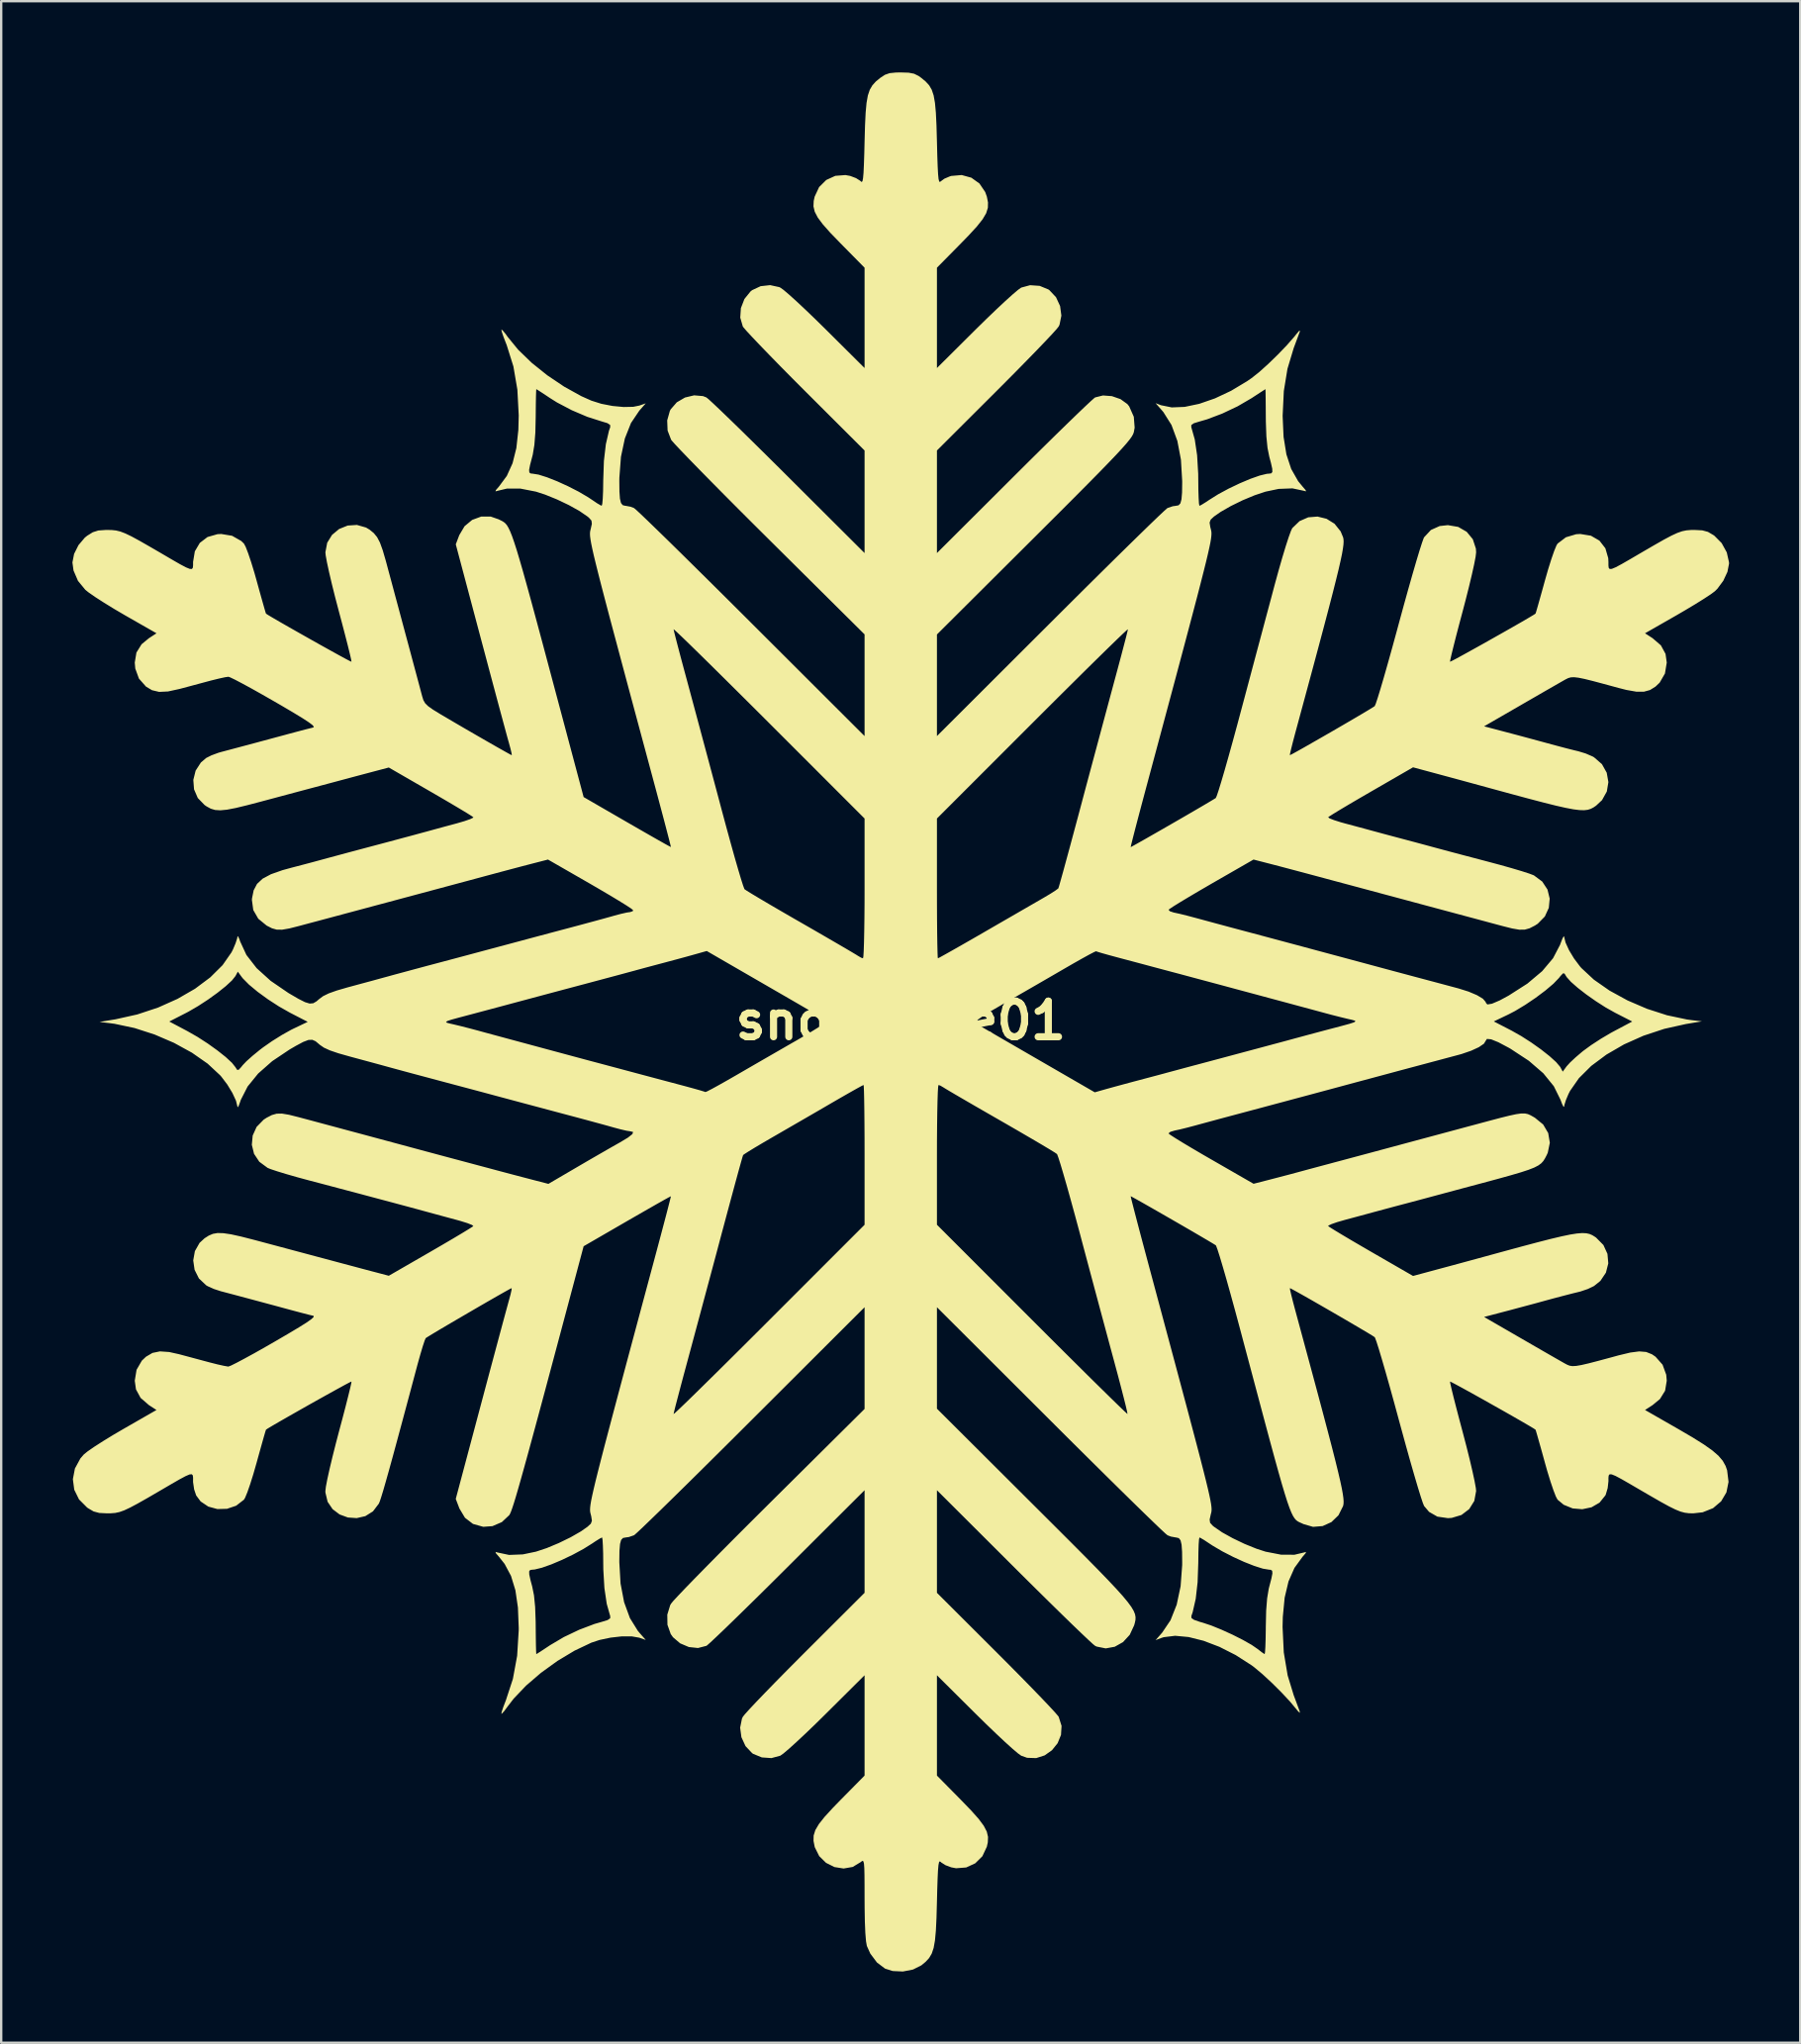
<source format=kicad_pcb>
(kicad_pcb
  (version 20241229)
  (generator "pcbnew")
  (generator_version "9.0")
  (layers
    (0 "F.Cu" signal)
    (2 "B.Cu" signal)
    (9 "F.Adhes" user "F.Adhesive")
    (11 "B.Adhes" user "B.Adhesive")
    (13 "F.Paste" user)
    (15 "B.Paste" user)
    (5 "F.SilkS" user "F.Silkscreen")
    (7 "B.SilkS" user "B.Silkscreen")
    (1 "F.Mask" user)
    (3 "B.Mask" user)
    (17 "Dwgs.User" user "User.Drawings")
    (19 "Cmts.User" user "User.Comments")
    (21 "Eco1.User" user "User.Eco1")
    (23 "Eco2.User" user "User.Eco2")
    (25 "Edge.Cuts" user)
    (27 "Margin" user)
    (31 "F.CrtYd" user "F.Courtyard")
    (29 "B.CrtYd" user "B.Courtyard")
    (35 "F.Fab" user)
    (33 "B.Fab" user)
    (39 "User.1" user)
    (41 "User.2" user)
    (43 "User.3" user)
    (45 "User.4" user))
  (footprint "snowflake01"
    (layer "F.Cu")
    (at 34.883 39.92)
    (property "Reference" "snowflake01" (at 0 0 0) (layer "F.SilkS") (effects (font (size 1.5 1.5) (thickness 0.3))))
    (attr board_only exclude_from_pos_files exclude_from_bom)
    (fp_poly (pts (xy 0.332 -39.91) (xy 0.561 -39.866) (xy 0.75 -39.773) (xy 0.863 -39.692) (xy 1.049 -39.538) (xy 1.195 -39.379) (xy 1.305 -39.191) (xy 1.385 -38.952) (xy 1.441 -38.637) (xy 1.479 -38.223) (xy 1.505 -37.687) (xy 1.524 -37.007) (xy 1.539 -36.406) (xy 1.555 -35.955) (xy 1.572 -35.639) (xy 1.592 -35.437) (xy 1.618 -35.333) (xy 1.65 -35.309) (xy 1.682 -35.334) (xy 1.837 -35.447) (xy 2.073 -35.547) (xy 2.127 -35.563) (xy 2.566 -35.601) (xy 2.972 -35.489) (xy 3.313 -35.245) (xy 3.556 -34.887) (xy 3.626 -34.692) (xy 3.674 -34.448) (xy 3.669 -34.224) (xy 3.598 -33.995) (xy 3.448 -33.74) (xy 3.206 -33.435) (xy 2.86 -33.058) (xy 2.531 -32.72) (xy 1.524 -31.699) (xy 1.524 -29.588) (xy 1.524 -27.476) (xy 3.154 -29.097) (xy 3.599 -29.534) (xy 4.019 -29.937) (xy 4.396 -30.29) (xy 4.71 -30.573) (xy 4.943 -30.77) (xy 5.073 -30.862) (xy 5.446 -30.963) (xy 5.85 -30.935) (xy 6.215 -30.785) (xy 6.258 -30.755) (xy 6.537 -30.459) (xy 6.71 -30.085) (xy 6.764 -29.682) (xy 6.687 -29.301) (xy 6.652 -29.227) (xy 6.567 -29.119) (xy 6.375 -28.906) (xy 6.089 -28.602) (xy 5.723 -28.22) (xy 5.289 -27.775) (xy 4.802 -27.279) (xy 4.274 -26.748) (xy 4.027 -26.501) (xy 1.524 -24.004) (xy 1.524 -21.845) (xy 1.524 -19.686) (xy 4.763 -22.915) (xy 5.379 -23.528) (xy 5.964 -24.107) (xy 6.506 -24.64) (xy 6.993 -25.115) (xy 7.412 -25.521) (xy 7.754 -25.848) (xy 8.004 -26.082) (xy 8.153 -26.214) (xy 8.186 -26.238) (xy 8.516 -26.321) (xy 8.893 -26.292) (xy 9.255 -26.166) (xy 9.542 -25.959) (xy 9.619 -25.863) (xy 9.814 -25.425) (xy 9.85 -24.965) (xy 9.814 -24.77) (xy 9.784 -24.689) (xy 9.727 -24.588) (xy 9.633 -24.458) (xy 9.496 -24.29) (xy 9.306 -24.076) (xy 9.055 -23.805) (xy 8.735 -23.471) (xy 8.338 -23.063) (xy 7.855 -22.573) (xy 7.278 -21.993) (xy 6.599 -21.314) (xy 5.809 -20.526) (xy 5.625 -20.342) (xy 1.524 -16.258) (xy 1.524 -14.12) (xy 1.524 -11.981) (xy 6.287 -16.734) (xy 7.035 -17.48) (xy 7.752 -18.193) (xy 8.428 -18.862) (xy 9.053 -19.479) (xy 9.619 -20.035) (xy 10.115 -20.52) (xy 10.533 -20.926) (xy 10.862 -21.242) (xy 11.094 -21.46) (xy 11.218 -21.57) (xy 11.234 -21.581) (xy 11.451 -21.656) (xy 11.585 -21.675) (xy 11.699 -21.696) (xy 11.776 -21.779) (xy 11.822 -21.949) (xy 11.846 -22.233) (xy 11.852 -22.656) (xy 11.852 -22.719) (xy 11.799 -23.617) (xy 11.648 -24.408) (xy 11.435 -24.987) (xy 12.235 -24.987) (xy 12.382 -24.466) (xy 12.48 -23.805) (xy 12.526 -23.026) (xy 12.529 -22.754) (xy 12.533 -22.349) (xy 12.544 -22.013) (xy 12.558 -21.778) (xy 12.576 -21.677) (xy 12.579 -21.675) (xy 12.67 -21.719) (xy 12.852 -21.832) (xy 12.987 -21.922) (xy 13.366 -22.16) (xy 13.807 -22.398) (xy 14.27 -22.619) (xy 14.717 -22.808) (xy 15.113 -22.948) (xy 15.417 -23.022) (xy 15.507 -23.029) (xy 15.604 -23.042) (xy 15.649 -23.1) (xy 15.644 -23.236) (xy 15.59 -23.48) (xy 15.521 -23.737) (xy 15.445 -24.113) (xy 15.397 -24.598) (xy 15.375 -25.216) (xy 15.373 -25.421) (xy 15.37 -25.843) (xy 15.367 -26.197) (xy 15.363 -26.452) (xy 15.359 -26.577) (xy 15.358 -26.585) (xy 15.289 -26.542) (xy 15.112 -26.428) (xy 14.861 -26.264) (xy 14.773 -26.206) (xy 14.188 -25.865) (xy 13.54 -25.558) (xy 12.901 -25.316) (xy 12.589 -25.226) (xy 12.343 -25.151) (xy 12.236 -25.076) (xy 12.235 -24.987) (xy 11.435 -24.987) (xy 11.4 -25.08) (xy 11.06 -25.62) (xy 11.008 -25.681) (xy 10.732 -25.996) (xy 10.959 -25.91) (xy 11.412 -25.818) (xy 11.957 -25.84) (xy 12.572 -25.969) (xy 13.231 -26.197) (xy 13.909 -26.516) (xy 14.583 -26.92) (xy 14.774 -27.052) (xy 15.093 -27.304) (xy 15.474 -27.647) (xy 15.877 -28.038) (xy 16.258 -28.434) (xy 16.574 -28.795) (xy 16.668 -28.914) (xy 16.781 -29.045) (xy 16.813 -29.04) (xy 16.801 -28.998) (xy 16.74 -28.832) (xy 16.642 -28.568) (xy 16.547 -28.313) (xy 16.285 -27.443) (xy 16.132 -26.507) (xy 16.082 -25.468) (xy 16.082 -25.452) (xy 16.121 -24.579) (xy 16.24 -23.842) (xy 16.443 -23.226) (xy 16.734 -22.714) (xy 16.92 -22.487) (xy 17.05 -22.336) (xy 17.066 -22.283) (xy 16.976 -22.307) (xy 16.495 -22.409) (xy 15.914 -22.387) (xy 15.361 -22.271) (xy 14.904 -22.119) (xy 14.399 -21.909) (xy 13.903 -21.666) (xy 13.47 -21.418) (xy 13.192 -21.224) (xy 13.052 -21.094) (xy 13.006 -20.97) (xy 13.035 -20.781) (xy 13.058 -20.692) (xy 13.072 -20.636) (xy 13.082 -20.575) (xy 13.085 -20.502) (xy 13.08 -20.407) (xy 13.065 -20.281) (xy 13.037 -20.117) (xy 12.993 -19.905) (xy 12.933 -19.638) (xy 12.854 -19.306) (xy 12.753 -18.901) (xy 12.629 -18.415) (xy 12.48 -17.838) (xy 12.302 -17.163) (xy 12.095 -16.38) (xy 11.856 -15.482) (xy 11.583 -14.459) (xy 11.273 -13.304) (xy 10.925 -12.007) (xy 10.536 -10.56) (xy 10.292 -9.652) (xy 10.132 -9.053) (xy 9.988 -8.51) (xy 9.866 -8.044) (xy 9.771 -7.675) (xy 9.708 -7.424) (xy 9.683 -7.311) (xy 9.683 -7.307) (xy 9.756 -7.344) (xy 9.95 -7.452) (xy 10.243 -7.617) (xy 10.609 -7.826) (xy 11.025 -8.064) (xy 11.465 -8.317) (xy 11.907 -8.572) (xy 12.325 -8.815) (xy 12.695 -9.031) (xy 12.993 -9.207) (xy 13.195 -9.328) (xy 13.266 -9.372) (xy 13.308 -9.466) (xy 13.389 -9.707) (xy 13.502 -10.076) (xy 13.643 -10.556) (xy 13.806 -11.13) (xy 13.987 -11.781) (xy 14.18 -12.49) (xy 14.27 -12.827) (xy 14.495 -13.667) (xy 14.731 -14.551) (xy 14.969 -15.443) (xy 15.201 -16.309) (xy 15.416 -17.114) (xy 15.606 -17.822) (xy 15.75 -18.364) (xy 15.912 -18.953) (xy 16.068 -19.497) (xy 16.212 -19.973) (xy 16.336 -20.355) (xy 16.432 -20.619) (xy 16.487 -20.735) (xy 16.795 -21.031) (xy 17.161 -21.191) (xy 17.551 -21.222) (xy 17.931 -21.129) (xy 18.267 -20.92) (xy 18.524 -20.599) (xy 18.628 -20.35) (xy 18.644 -20.273) (xy 18.65 -20.174) (xy 18.643 -20.043) (xy 18.62 -19.869) (xy 18.581 -19.643) (xy 18.52 -19.355) (xy 18.438 -18.995) (xy 18.33 -18.553) (xy 18.195 -18.019) (xy 18.03 -17.383) (xy 17.833 -16.635) (xy 17.601 -15.765) (xy 17.332 -14.764) (xy 17.023 -13.621) (xy 16.672 -12.326) (xy 16.607 -12.086) (xy 16.511 -11.723) (xy 16.437 -11.428) (xy 16.393 -11.236) (xy 16.386 -11.176) (xy 16.47 -11.217) (xy 16.675 -11.329) (xy 16.976 -11.498) (xy 17.349 -11.711) (xy 17.77 -11.952) (xy 18.213 -12.207) (xy 18.654 -12.463) (xy 19.068 -12.705) (xy 19.43 -12.918) (xy 19.716 -13.089) (xy 19.901 -13.203) (xy 19.959 -13.242) (xy 20.003 -13.342) (xy 20.085 -13.589) (xy 20.2 -13.963) (xy 20.343 -14.449) (xy 20.508 -15.027) (xy 20.691 -15.681) (xy 20.886 -16.392) (xy 20.978 -16.732) (xy 21.179 -17.47) (xy 21.372 -18.164) (xy 21.551 -18.794) (xy 21.711 -19.343) (xy 21.846 -19.791) (xy 21.952 -20.121) (xy 22.021 -20.313) (xy 22.039 -20.349) (xy 22.325 -20.657) (xy 22.694 -20.823) (xy 23.04 -20.861) (xy 23.475 -20.787) (xy 23.833 -20.581) (xy 24.09 -20.269) (xy 24.22 -19.875) (xy 24.23 -19.718) (xy 24.209 -19.535) (xy 24.148 -19.216) (xy 24.053 -18.787) (xy 23.931 -18.276) (xy 23.788 -17.709) (xy 23.666 -17.244) (xy 23.514 -16.675) (xy 23.38 -16.162) (xy 23.27 -15.727) (xy 23.188 -15.392) (xy 23.14 -15.179) (xy 23.131 -15.11) (xy 23.207 -15.144) (xy 23.405 -15.248) (xy 23.7 -15.409) (xy 24.069 -15.613) (xy 24.488 -15.846) (xy 24.93 -16.095) (xy 25.373 -16.345) (xy 25.792 -16.583) (xy 26.162 -16.795) (xy 26.458 -16.968) (xy 26.657 -17.087) (xy 26.731 -17.136) (xy 26.759 -17.22) (xy 26.823 -17.44) (xy 26.916 -17.769) (xy 27.031 -18.18) (xy 27.129 -18.535) (xy 27.264 -19.005) (xy 27.397 -19.428) (xy 27.516 -19.771) (xy 27.612 -20.004) (xy 27.66 -20.084) (xy 28.012 -20.351) (xy 28.448 -20.48) (xy 28.617 -20.489) (xy 29.065 -20.416) (xy 29.423 -20.209) (xy 29.673 -19.887) (xy 29.794 -19.471) (xy 29.802 -19.316) (xy 29.802 -19.168) (xy 29.813 -19.066) (xy 29.855 -19.015) (xy 29.947 -19.021) (xy 30.11 -19.089) (xy 30.362 -19.224) (xy 30.724 -19.432) (xy 31.183 -19.701) (xy 31.72 -20.013) (xy 32.135 -20.249) (xy 32.455 -20.419) (xy 32.704 -20.534) (xy 32.907 -20.605) (xy 33.089 -20.642) (xy 33.275 -20.657) (xy 33.427 -20.659) (xy 33.753 -20.642) (xy 33.992 -20.578) (xy 34.224 -20.442) (xy 34.265 -20.413) (xy 34.57 -20.105) (xy 34.786 -19.713) (xy 34.879 -19.3) (xy 34.881 -19.239) (xy 34.813 -18.893) (xy 34.639 -18.519) (xy 34.39 -18.183) (xy 34.281 -18.076) (xy 34.112 -17.95) (xy 33.826 -17.762) (xy 33.454 -17.53) (xy 33.026 -17.274) (xy 32.667 -17.065) (xy 31.343 -16.308) (xy 31.662 -16.101) (xy 32.012 -15.799) (xy 32.207 -15.44) (xy 32.258 -15.075) (xy 32.182 -14.615) (xy 31.96 -14.231) (xy 31.785 -14.064) (xy 31.552 -13.919) (xy 31.293 -13.848) (xy 30.974 -13.85) (xy 30.559 -13.923) (xy 30.225 -14.008) (xy 29.615 -14.174) (xy 29.146 -14.299) (xy 28.795 -14.386) (xy 28.539 -14.438) (xy 28.355 -14.459) (xy 28.219 -14.453) (xy 28.111 -14.423) (xy 28.005 -14.371) (xy 27.952 -14.342) (xy 27.786 -14.247) (xy 27.5 -14.083) (xy 27.123 -13.867) (xy 26.682 -13.612) (xy 26.204 -13.337) (xy 26.105 -13.279) (xy 24.566 -12.391) (xy 25.427 -12.164) (xy 25.901 -12.039) (xy 26.449 -11.892) (xy 26.985 -11.747) (xy 27.22 -11.683) (xy 27.639 -11.57) (xy 28.04 -11.464) (xy 28.37 -11.381) (xy 28.537 -11.341) (xy 28.843 -11.248) (xy 29.131 -11.124) (xy 29.194 -11.089) (xy 29.528 -10.799) (xy 29.73 -10.438) (xy 29.8 -10.042) (xy 29.734 -9.646) (xy 29.532 -9.284) (xy 29.283 -9.051) (xy 29.171 -8.975) (xy 29.059 -8.917) (xy 28.932 -8.877) (xy 28.777 -8.859) (xy 28.58 -8.865) (xy 28.324 -8.897) (xy 27.998 -8.959) (xy 27.586 -9.052) (xy 27.074 -9.18) (xy 26.448 -9.344) (xy 25.694 -9.547) (xy 24.798 -9.791) (xy 24.342 -9.916) (xy 24.023 -10.003) (xy 23.597 -10.119) (xy 23.121 -10.248) (xy 22.661 -10.372) (xy 21.574 -10.665) (xy 19.805 -9.644) (xy 19.31 -9.357) (xy 18.865 -9.096) (xy 18.492 -8.874) (xy 18.21 -8.702) (xy 18.04 -8.594) (xy 17.999 -8.563) (xy 18.058 -8.516) (xy 18.247 -8.442) (xy 18.531 -8.352) (xy 18.696 -8.306) (xy 19.115 -8.194) (xy 19.554 -8.076) (xy 19.928 -7.974) (xy 19.981 -7.96) (xy 20.338 -7.863) (xy 20.773 -7.747) (xy 21.198 -7.634) (xy 21.251 -7.62) (xy 21.669 -7.509) (xy 22.107 -7.391) (xy 22.48 -7.29) (xy 22.521 -7.279) (xy 22.778 -7.21) (xy 23.162 -7.107) (xy 23.637 -6.981) (xy 24.166 -6.842) (xy 24.712 -6.698) (xy 24.723 -6.695) (xy 25.247 -6.555) (xy 25.733 -6.418) (xy 26.149 -6.294) (xy 26.466 -6.192) (xy 26.652 -6.121) (xy 26.663 -6.116) (xy 27.014 -5.856) (xy 27.236 -5.518) (xy 27.328 -5.138) (xy 27.291 -4.749) (xy 27.124 -4.385) (xy 26.825 -4.08) (xy 26.704 -4.002) (xy 26.481 -3.888) (xy 26.278 -3.831) (xy 26.048 -3.829) (xy 25.746 -3.881) (xy 25.356 -3.979) (xy 24.934 -4.092) (xy 24.458 -4.22) (xy 24.067 -4.325) (xy 23.696 -4.424) (xy 23.19 -4.56) (xy 22.577 -4.724) (xy 21.884 -4.91) (xy 21.138 -5.111) (xy 20.367 -5.317) (xy 19.598 -5.524) (xy 18.86 -5.722) (xy 18.18 -5.904) (xy 17.585 -6.064) (xy 17.103 -6.193) (xy 16.806 -6.272) (xy 16.415 -6.376) (xy 15.958 -6.497) (xy 15.535 -6.607) (xy 15.535 -6.607) (xy 14.856 -6.782) (xy 13.079 -5.761) (xy 12.584 -5.473) (xy 12.14 -5.211) (xy 11.767 -4.987) (xy 11.486 -4.813) (xy 11.318 -4.701) (xy 11.279 -4.667) (xy 11.335 -4.605) (xy 11.504 -4.549) (xy 11.533 -4.544) (xy 11.757 -4.495) (xy 12.075 -4.416) (xy 12.404 -4.329) (xy 12.758 -4.233) (xy 13.201 -4.113) (xy 13.659 -3.99) (xy 13.843 -3.94) (xy 14.575 -3.745) (xy 15.179 -3.584) (xy 15.688 -3.448) (xy 16.139 -3.327) (xy 16.565 -3.213) (xy 17.002 -3.096) (xy 17.484 -2.966) (xy 18.046 -2.815) (xy 18.724 -2.633) (xy 18.754 -2.625) (xy 19.546 -2.412) (xy 20.202 -2.235) (xy 20.752 -2.087) (xy 21.224 -1.961) (xy 21.645 -1.848) (xy 22.044 -1.742) (xy 22.204 -1.699) (xy 22.61 -1.591) (xy 23.076 -1.466) (xy 23.488 -1.356) (xy 23.914 -1.222) (xy 24.265 -1.073) (xy 24.514 -0.924) (xy 24.632 -0.788) (xy 24.638 -0.756) (xy 24.703 -0.681) (xy 24.898 -0.713) (xy 25.222 -0.851) (xy 25.6 -1.055) (xy 26.389 -1.56) (xy 27.012 -2.084) (xy 27.47 -2.628) (xy 27.765 -3.193) (xy 27.783 -3.244) (xy 27.864 -3.455) (xy 27.92 -3.554) (xy 27.937 -3.534) (xy 27.995 -3.289) (xy 28.142 -2.967) (xy 28.354 -2.616) (xy 28.604 -2.283) (xy 28.664 -2.214) (xy 29.19 -1.725) (xy 29.849 -1.265) (xy 30.606 -0.851) (xy 31.425 -0.499) (xy 32.271 -0.226) (xy 33.108 -0.049) (xy 33.295 -0.023) (xy 33.74 0.03) (xy 33.062 0.143) (xy 32.151 0.346) (xy 31.275 0.636) (xy 30.457 1.001) (xy 29.718 1.429) (xy 29.078 1.906) (xy 28.56 2.421) (xy 28.185 2.959) (xy 28.12 3.087) (xy 28.013 3.341) (xy 27.947 3.552) (xy 27.937 3.619) (xy 27.912 3.63) (xy 27.85 3.508) (xy 27.783 3.329) (xy 27.502 2.761) (xy 27.059 2.216) (xy 26.451 1.691) (xy 25.677 1.183) (xy 25.6 1.139) (xy 25.168 0.91) (xy 24.862 0.786) (xy 24.686 0.77) (xy 24.638 0.841) (xy 24.56 0.97) (xy 24.345 1.117) (xy 24.022 1.266) (xy 23.621 1.404) (xy 23.509 1.435) (xy 23.079 1.55) (xy 22.601 1.678) (xy 22.225 1.778) (xy 21.818 1.887) (xy 21.405 1.997) (xy 20.956 2.117) (xy 20.444 2.255) (xy 19.838 2.418) (xy 19.11 2.613) (xy 18.754 2.709) (xy 18.206 2.857) (xy 17.666 3.002) (xy 17.175 3.134) (xy 16.771 3.242) (xy 16.51 3.312) (xy 16.276 3.375) (xy 16.052 3.435) (xy 15.812 3.499) (xy 15.528 3.575) (xy 15.174 3.67) (xy 14.723 3.79) (xy 14.147 3.944) (xy 13.843 4.025) (xy 13.402 4.143) (xy 12.944 4.267) (xy 12.542 4.376) (xy 12.404 4.414) (xy 12.063 4.504) (xy 11.748 4.582) (xy 11.533 4.628) (xy 11.352 4.682) (xy 11.278 4.744) (xy 11.279 4.752) (xy 11.356 4.812) (xy 11.56 4.944) (xy 11.87 5.135) (xy 12.267 5.372) (xy 12.729 5.643) (xy 13.081 5.846) (xy 14.858 6.868) (xy 15.536 6.694) (xy 15.959 6.584) (xy 16.416 6.464) (xy 16.806 6.359) (xy 17.16 6.263) (xy 17.604 6.144) (xy 18.061 6.022) (xy 18.246 5.972) (xy 18.626 5.871) (xy 18.983 5.775) (xy 19.345 5.678) (xy 19.741 5.572) (xy 20.198 5.449) (xy 20.745 5.302) (xy 21.41 5.123) (xy 21.886 4.995) (xy 22.43 4.849) (xy 22.962 4.706) (xy 23.443 4.577) (xy 23.835 4.471) (xy 24.088 4.404) (xy 24.735 4.23) (xy 25.241 4.096) (xy 25.627 4) (xy 25.915 3.938) (xy 26.126 3.908) (xy 26.284 3.908) (xy 26.409 3.934) (xy 26.525 3.985) (xy 26.652 4.057) (xy 26.704 4.087) (xy 27.053 4.372) (xy 27.266 4.734) (xy 27.334 5.141) (xy 27.247 5.562) (xy 27.199 5.667) (xy 27.13 5.799) (xy 27.06 5.91) (xy 26.972 6.007) (xy 26.849 6.097) (xy 26.677 6.186) (xy 26.437 6.28) (xy 26.114 6.386) (xy 25.691 6.51) (xy 25.152 6.66) (xy 24.481 6.841) (xy 23.749 7.036) (xy 23.336 7.147) (xy 22.899 7.264) (xy 22.529 7.364) (xy 22.521 7.366) (xy 22.164 7.462) (xy 21.73 7.578) (xy 21.305 7.691) (xy 21.251 7.705) (xy 20.834 7.815) (xy 20.395 7.933) (xy 20.023 8.033) (xy 19.981 8.044) (xy 19.628 8.14) (xy 19.195 8.257) (xy 18.766 8.372) (xy 18.696 8.391) (xy 18.377 8.483) (xy 18.137 8.567) (xy 18.009 8.629) (xy 17.999 8.648) (xy 18.08 8.705) (xy 18.287 8.834) (xy 18.6 9.023) (xy 18.998 9.259) (xy 19.461 9.529) (xy 19.805 9.729) (xy 21.574 10.749) (xy 22.661 10.456) (xy 23.134 10.329) (xy 23.61 10.2) (xy 24.033 10.085) (xy 24.342 10.001) (xy 25.307 9.737) (xy 26.124 9.515) (xy 26.806 9.334) (xy 27.368 9.19) (xy 27.823 9.082) (xy 28.187 9.006) (xy 28.472 8.961) (xy 28.694 8.943) (xy 28.867 8.951) (xy 29.004 8.981) (xy 29.121 9.031) (xy 29.231 9.099) (xy 29.283 9.135) (xy 29.591 9.447) (xy 29.761 9.819) (xy 29.796 10.219) (xy 29.696 10.61) (xy 29.463 10.957) (xy 29.194 11.173) (xy 28.934 11.298) (xy 28.621 11.404) (xy 28.537 11.425) (xy 28.294 11.484) (xy 27.941 11.575) (xy 27.531 11.683) (xy 27.22 11.767) (xy 26.724 11.903) (xy 26.17 12.051) (xy 25.649 12.191) (xy 25.427 12.249) (xy 24.566 12.475) (xy 26.105 13.364) (xy 26.586 13.642) (xy 27.037 13.902) (xy 27.43 14.128) (xy 27.736 14.303) (xy 27.929 14.413) (xy 27.952 14.426) (xy 28.064 14.486) (xy 28.168 14.527) (xy 28.288 14.545) (xy 28.448 14.536) (xy 28.668 14.498) (xy 28.974 14.427) (xy 29.387 14.32) (xy 29.929 14.174) (xy 30.225 14.093) (xy 30.72 13.974) (xy 31.097 13.925) (xy 31.391 13.949) (xy 31.636 14.047) (xy 31.785 14.149) (xy 32.082 14.485) (xy 32.236 14.907) (xy 32.258 15.159) (xy 32.188 15.581) (xy 31.971 15.931) (xy 31.662 16.186) (xy 31.344 16.392) (xy 32.741 17.192) (xy 33.347 17.546) (xy 33.819 17.842) (xy 34.176 18.094) (xy 34.435 18.318) (xy 34.615 18.53) (xy 34.735 18.745) (xy 34.8 18.93) (xy 34.86 19.419) (xy 34.77 19.862) (xy 34.547 20.238) (xy 34.208 20.525) (xy 33.772 20.699) (xy 33.377 20.743) (xy 33.19 20.739) (xy 33.018 20.717) (xy 32.836 20.669) (xy 32.622 20.582) (xy 32.35 20.448) (xy 31.997 20.254) (xy 31.538 19.99) (xy 31.185 19.785) (xy 30.702 19.503) (xy 30.347 19.299) (xy 30.1 19.168) (xy 29.941 19.103) (xy 29.852 19.099) (xy 29.812 19.151) (xy 29.802 19.252) (xy 29.803 19.384) (xy 29.77 19.68) (xy 29.689 19.953) (xy 29.672 19.989) (xy 29.427 20.293) (xy 29.09 20.488) (xy 28.7 20.57) (xy 28.296 20.536) (xy 27.918 20.382) (xy 27.66 20.168) (xy 27.587 20.032) (xy 27.483 19.763) (xy 27.358 19.393) (xy 27.223 18.953) (xy 27.129 18.619) (xy 27.003 18.163) (xy 26.892 17.769) (xy 26.805 17.463) (xy 26.749 17.272) (xy 26.731 17.221) (xy 26.64 17.161) (xy 26.43 17.036) (xy 26.124 16.858) (xy 25.748 16.642) (xy 25.325 16.402) (xy 24.881 16.152) (xy 24.44 15.904) (xy 24.026 15.673) (xy 23.664 15.474) (xy 23.377 15.318) (xy 23.192 15.221) (xy 23.131 15.194) (xy 23.144 15.281) (xy 23.196 15.509) (xy 23.281 15.857) (xy 23.395 16.302) (xy 23.531 16.822) (xy 23.666 17.328) (xy 23.821 17.92) (xy 23.96 18.477) (xy 24.076 18.973) (xy 24.164 19.38) (xy 24.217 19.672) (xy 24.23 19.803) (xy 24.153 20.221) (xy 23.938 20.565) (xy 23.613 20.812) (xy 23.203 20.935) (xy 23.04 20.945) (xy 22.597 20.881) (xy 22.249 20.681) (xy 22.039 20.434) (xy 21.986 20.305) (xy 21.895 20.032) (xy 21.772 19.632) (xy 21.622 19.124) (xy 21.45 18.526) (xy 21.263 17.857) (xy 21.065 17.136) (xy 20.978 16.817) (xy 20.779 16.085) (xy 20.59 15.403) (xy 20.416 14.788) (xy 20.262 14.258) (xy 20.134 13.83) (xy 20.036 13.523) (xy 19.974 13.354) (xy 19.959 13.327) (xy 19.866 13.265) (xy 19.654 13.136) (xy 19.346 12.954) (xy 18.969 12.732) (xy 18.546 12.485) (xy 18.102 12.228) (xy 17.663 11.975) (xy 17.252 11.739) (xy 16.894 11.536) (xy 16.614 11.38) (xy 16.437 11.284) (xy 16.386 11.261) (xy 16.396 11.337) (xy 16.444 11.543) (xy 16.521 11.848) (xy 16.607 12.171) (xy 16.965 13.493) (xy 17.281 14.661) (xy 17.557 15.686) (xy 17.795 16.578) (xy 17.998 17.346) (xy 18.169 18.001) (xy 18.309 18.552) (xy 18.421 19.009) (xy 18.508 19.383) (xy 18.572 19.683) (xy 18.615 19.919) (xy 18.64 20.101) (xy 18.65 20.239) (xy 18.646 20.343) (xy 18.631 20.423) (xy 18.628 20.435) (xy 18.433 20.825) (xy 18.135 21.112) (xy 17.766 21.279) (xy 17.363 21.312) (xy 16.964 21.197) (xy 16.873 21.155) (xy 16.793 21.12) (xy 16.721 21.082) (xy 16.653 21.032) (xy 16.588 20.959) (xy 16.52 20.854) (xy 16.448 20.707) (xy 16.368 20.508) (xy 16.277 20.249) (xy 16.172 19.917) (xy 16.049 19.506) (xy 15.906 19.003) (xy 15.739 18.4) (xy 15.545 17.687) (xy 15.321 16.853) (xy 15.064 15.89) (xy 14.77 14.788) (xy 14.436 13.537) (xy 14.27 12.912) (xy 14.073 12.182) (xy 13.886 11.502) (xy 13.715 10.891) (xy 13.563 10.366) (xy 13.437 9.944) (xy 13.341 9.643) (xy 13.281 9.481) (xy 13.266 9.457) (xy 13.141 9.38) (xy 12.904 9.239) (xy 12.579 9.048) (xy 12.19 8.821) (xy 11.762 8.573) (xy 11.318 8.317) (xy 10.883 8.067) (xy 10.481 7.837) (xy 10.136 7.641) (xy 9.873 7.494) (xy 9.716 7.408) (xy 9.682 7.392) (xy 9.7 7.475) (xy 9.757 7.702) (xy 9.848 8.057) (xy 9.969 8.52) (xy 10.115 9.073) (xy 10.282 9.699) (xy 10.462 10.372) (xy 10.862 11.86) (xy 11.22 13.194) (xy 11.539 14.382) (xy 11.82 15.432) (xy 12.067 16.355) (xy 12.28 17.158) (xy 12.463 17.851) (xy 12.617 18.442) (xy 12.745 18.94) (xy 12.849 19.354) (xy 12.931 19.693) (xy 12.993 19.965) (xy 13.038 20.18) (xy 13.068 20.346) (xy 13.084 20.473) (xy 13.09 20.568) (xy 13.087 20.641) (xy 13.078 20.701) (xy 13.064 20.756) (xy 13.058 20.776) (xy 13.008 21.003) (xy 13.027 21.141) (xy 13.135 21.261) (xy 13.192 21.308) (xy 13.53 21.541) (xy 13.977 21.789) (xy 14.478 22.029) (xy 14.979 22.232) (xy 15.361 22.356) (xy 16.015 22.483) (xy 16.58 22.486) (xy 16.976 22.392) (xy 17.066 22.368) (xy 17.049 22.422) (xy 16.92 22.572) (xy 16.579 23.041) (xy 16.329 23.609) (xy 16.167 24.292) (xy 16.089 25.104) (xy 16.079 25.527) (xy 16.13 26.597) (xy 16.293 27.566) (xy 16.547 28.397) (xy 16.658 28.694) (xy 16.752 28.948) (xy 16.801 29.083) (xy 16.805 29.144) (xy 16.724 29.068) (xy 16.668 28.998) (xy 16.39 28.665) (xy 16.029 28.279) (xy 15.629 27.881) (xy 15.234 27.515) (xy 14.885 27.223) (xy 14.774 27.14) (xy 14.104 26.71) (xy 13.422 26.364) (xy 12.754 26.109) (xy 12.124 25.951) (xy 11.556 25.898) (xy 11.074 25.957) (xy 10.959 25.995) (xy 10.732 26.081) (xy 11.008 25.766) (xy 11.36 25.244) (xy 11.43 25.068) (xy 12.237 25.068) (xy 12.243 25.152) (xy 12.352 25.227) (xy 12.59 25.31) (xy 12.718 25.346) (xy 13.079 25.466) (xy 13.512 25.642) (xy 13.971 25.851) (xy 14.408 26.072) (xy 14.777 26.281) (xy 15.028 26.454) (xy 15.201 26.589) (xy 15.312 26.663) (xy 15.325 26.667) (xy 15.34 26.589) (xy 15.354 26.371) (xy 15.365 26.045) (xy 15.372 25.642) (xy 15.373 25.506) (xy 15.388 24.844) (xy 15.429 24.324) (xy 15.496 23.92) (xy 15.521 23.821) (xy 15.61 23.481) (xy 15.651 23.271) (xy 15.641 23.161) (xy 15.581 23.12) (xy 15.507 23.114) (xy 15.251 23.072) (xy 14.888 22.957) (xy 14.458 22.787) (xy 13.996 22.576) (xy 13.542 22.343) (xy 13.133 22.103) (xy 12.987 22.007) (xy 12.774 21.866) (xy 12.622 21.777) (xy 12.579 21.759) (xy 12.561 21.839) (xy 12.545 22.056) (xy 12.535 22.378) (xy 12.53 22.775) (xy 12.529 22.839) (xy 12.501 23.643) (xy 12.422 24.34) (xy 12.293 24.905) (xy 12.237 25.068) (xy 11.43 25.068) (xy 11.62 24.589) (xy 11.785 23.813) (xy 11.851 22.928) (xy 11.852 22.803) (xy 11.847 22.361) (xy 11.826 22.062) (xy 11.783 21.88) (xy 11.71 21.787) (xy 11.601 21.76) (xy 11.585 21.759) (xy 11.376 21.721) (xy 11.234 21.666) (xy 11.146 21.593) (xy 10.948 21.409) (xy 10.65 21.123) (xy 10.26 20.746) (xy 9.788 20.285) (xy 9.244 19.751) (xy 8.637 19.153) (xy 7.976 18.499) (xy 7.271 17.8) (xy 6.532 17.064) (xy 6.287 16.819) (xy 1.524 12.066) (xy 1.524 14.201) (xy 1.524 16.337) (xy 5.624 20.424) (xy 6.454 21.252) (xy 7.172 21.969) (xy 7.786 22.586) (xy 8.303 23.111) (xy 8.731 23.553) (xy 9.078 23.922) (xy 9.351 24.226) (xy 9.559 24.477) (xy 9.709 24.681) (xy 9.809 24.85) (xy 9.866 24.991) (xy 9.888 25.115) (xy 9.884 25.23) (xy 9.86 25.346) (xy 9.829 25.457) (xy 9.643 25.857) (xy 9.36 26.164) (xy 9.012 26.36) (xy 8.632 26.429) (xy 8.252 26.353) (xy 8.186 26.322) (xy 8.092 26.246) (xy 7.891 26.061) (xy 7.593 25.779) (xy 7.211 25.412) (xy 6.756 24.969) (xy 6.241 24.464) (xy 5.676 23.907) (xy 5.073 23.309) (xy 4.763 23) (xy 1.524 19.77) (xy 1.524 21.93) (xy 1.524 24.089) (xy 4.027 26.586) (xy 4.569 27.129) (xy 5.076 27.642) (xy 5.535 28.111) (xy 5.933 28.523) (xy 6.257 28.864) (xy 6.493 29.12) (xy 6.628 29.277) (xy 6.652 29.312) (xy 6.772 29.693) (xy 6.748 30.071) (xy 6.606 30.42) (xy 6.368 30.716) (xy 6.059 30.934) (xy 5.702 31.048) (xy 5.322 31.035) (xy 5.073 30.947) (xy 4.936 30.849) (xy 4.7 30.649) (xy 4.383 30.363) (xy 4.005 30.008) (xy 3.583 29.603) (xy 3.154 29.181) (xy 1.524 27.561) (xy 1.524 29.672) (xy 1.524 31.784) (xy 2.531 32.804) (xy 2.962 33.25) (xy 3.279 33.606) (xy 3.495 33.896) (xy 3.623 34.142) (xy 3.676 34.367) (xy 3.666 34.594) (xy 3.626 34.777) (xy 3.438 35.179) (xy 3.137 35.477) (xy 2.757 35.652) (xy 2.329 35.685) (xy 2.127 35.647) (xy 1.884 35.556) (xy 1.705 35.442) (xy 1.682 35.419) (xy 1.643 35.393) (xy 1.612 35.432) (xy 1.588 35.554) (xy 1.568 35.778) (xy 1.552 36.12) (xy 1.536 36.599) (xy 1.524 37.092) (xy 1.505 37.774) (xy 1.479 38.31) (xy 1.441 38.723) (xy 1.385 39.038) (xy 1.305 39.277) (xy 1.195 39.464) (xy 1.05 39.622) (xy 0.869 39.772) (xy 0.516 39.949) (xy 0.09 40.032) (xy -0.341 40.012) (xy -0.662 39.91) (xy -1.002 39.653) (xy -1.282 39.279) (xy -1.428 38.955) (xy -1.463 38.757) (xy -1.492 38.41) (xy -1.512 37.933) (xy -1.522 37.344) (xy -1.524 36.974) (xy -1.525 36.4) (xy -1.528 35.975) (xy -1.535 35.68) (xy -1.549 35.494) (xy -1.572 35.398) (xy -1.605 35.372) (xy -1.651 35.396) (xy -1.683 35.424) (xy -2.024 35.63) (xy -2.406 35.696) (xy -2.791 35.635) (xy -3.146 35.458) (xy -3.433 35.176) (xy -3.619 34.803) (xy -3.626 34.777) (xy -3.674 34.533) (xy -3.669 34.309) (xy -3.598 34.08) (xy -3.448 33.825) (xy -3.206 33.52) (xy -2.86 33.143) (xy -2.531 32.804) (xy -1.524 31.784) (xy -1.524 29.672) (xy -1.524 27.561) (xy -3.154 29.181) (xy -3.599 29.619) (xy -4.019 30.022) (xy -4.396 30.374) (xy -4.71 30.658) (xy -4.943 30.855) (xy -5.073 30.947) (xy -5.446 31.047) (xy -5.85 31.019) (xy -6.215 30.869) (xy -6.258 30.84) (xy -6.537 30.544) (xy -6.71 30.169) (xy -6.764 29.766) (xy -6.687 29.385) (xy -6.652 29.312) (xy -6.567 29.204) (xy -6.375 28.991) (xy -6.089 28.686) (xy -5.723 28.305) (xy -5.289 27.859) (xy -4.802 27.364) (xy -4.274 26.833) (xy -4.027 26.586) (xy -1.524 24.089) (xy -1.524 21.93) (xy -1.524 19.77) (xy -4.763 23) (xy -5.379 23.613) (xy -5.964 24.192) (xy -6.506 24.724) (xy -6.993 25.2) (xy -7.412 25.606) (xy -7.754 25.932) (xy -8.004 26.167) (xy -8.153 26.299) (xy -8.186 26.322) (xy -8.539 26.413) (xy -8.924 26.372) (xy -9.292 26.215) (xy -9.592 25.959) (xy -9.687 25.824) (xy -9.825 25.435) (xy -9.832 25.008) (xy -9.709 24.608) (xy -9.671 24.542) (xy -9.581 24.433) (xy -9.381 24.217) (xy -9.082 23.903) (xy -8.693 23.502) (xy -8.226 23.026) (xy -7.691 22.484) (xy -7.099 21.888) (xy -6.46 21.248) (xy -5.784 20.575) (xy -5.508 20.3) (xy -1.524 16.348) (xy -1.524 14.207) (xy -1.524 12.066) (xy -6.287 16.819) (xy -7.035 17.565) (xy -7.752 18.277) (xy -8.428 18.947) (xy -9.053 19.564) (xy -9.619 20.12) (xy -10.115 20.605) (xy -10.533 21.01) (xy -10.862 21.327) (xy -11.094 21.545) (xy -11.218 21.655) (xy -11.234 21.666) (xy -11.451 21.741) (xy -11.585 21.759) (xy -11.699 21.781) (xy -11.776 21.864) (xy -11.822 22.034) (xy -11.846 22.318) (xy -11.852 22.741) (xy -11.852 22.803) (xy -11.8 23.697) (xy -11.65 24.485) (xy -11.405 25.154) (xy -11.07 25.693) (xy -11.012 25.762) (xy -10.739 26.073) (xy -11.009 25.979) (xy -11.328 25.923) (xy -11.75 25.923) (xy -12.22 25.976) (xy -12.685 26.074) (xy -13.027 26.187) (xy -13.739 26.525) (xy -14.46 26.958) (xy -15.153 27.459) (xy -15.779 27.997) (xy -16.301 28.545) (xy -16.551 28.869) (xy -16.693 29.061) (xy -16.793 29.171) (xy -16.819 29.183) (xy -16.804 29.097) (xy -16.738 28.896) (xy -16.634 28.626) (xy -16.63 28.616) (xy -16.334 27.714) (xy -16.155 26.742) (xy -16.089 25.672) (xy -16.088 25.566) (xy -16.122 24.706) (xy -16.228 23.983) (xy -16.413 23.378) (xy -16.516 23.185) (xy -15.649 23.185) (xy -15.644 23.321) (xy -15.59 23.565) (xy -15.521 23.821) (xy -15.445 24.198) (xy -15.397 24.682) (xy -15.375 25.301) (xy -15.373 25.506) (xy -15.369 25.928) (xy -15.364 26.281) (xy -15.357 26.536) (xy -15.35 26.662) (xy -15.348 26.67) (xy -15.274 26.626) (xy -15.094 26.51) (xy -14.844 26.345) (xy -14.766 26.293) (xy -14.191 25.953) (xy -13.543 25.644) (xy -12.899 25.4) (xy -12.589 25.311) (xy -12.343 25.235) (xy -12.236 25.16) (xy -12.235 25.071) (xy -12.382 24.551) (xy -12.48 23.89) (xy -12.526 23.111) (xy -12.529 22.839) (xy -12.533 22.434) (xy -12.544 22.098) (xy -12.558 21.863) (xy -12.576 21.761) (xy -12.579 21.759) (xy -12.67 21.803) (xy -12.852 21.916) (xy -12.987 22.007) (xy -13.366 22.244) (xy -13.807 22.482) (xy -14.27 22.704) (xy -14.717 22.893) (xy -15.113 23.033) (xy -15.417 23.107) (xy -15.507 23.114) (xy -15.604 23.127) (xy -15.649 23.185) (xy -16.516 23.185) (xy -16.682 22.873) (xy -16.92 22.572) (xy -17.05 22.421) (xy -17.066 22.368) (xy -16.976 22.392) (xy -16.495 22.494) (xy -15.914 22.471) (xy -15.361 22.356) (xy -14.904 22.204) (xy -14.399 21.993) (xy -13.903 21.751) (xy -13.47 21.503) (xy -13.192 21.308) (xy -13.052 21.179) (xy -13.006 21.055) (xy -13.035 20.866) (xy -13.058 20.776) (xy -13.072 20.72) (xy -13.082 20.66) (xy -13.085 20.586) (xy -13.08 20.491) (xy -13.065 20.366) (xy -13.037 20.202) (xy -12.993 19.99) (xy -12.933 19.723) (xy -12.854 19.391) (xy -12.753 18.986) (xy -12.629 18.499) (xy -12.48 17.923) (xy -12.302 17.247) (xy -12.121 16.563) (xy -9.567 16.563) (xy -9.509 16.517) (xy -9.341 16.361) (xy -9.073 16.104) (xy -8.715 15.756) (xy -8.277 15.326) (xy -7.767 14.824) (xy -7.197 14.26) (xy -6.575 13.642) (xy -5.912 12.981) (xy -5.546 12.615) (xy -1.524 8.594) (xy -1.524 8.593) (xy 1.524 8.593) (xy 5.521 12.59) (xy 6.201 13.27) (xy 6.845 13.912) (xy 7.445 14.507) (xy 7.988 15.046) (xy 8.467 15.517) (xy 8.87 15.913) (xy 9.189 16.223) (xy 9.412 16.437) (xy 9.531 16.546) (xy 9.548 16.558) (xy 9.534 16.472) (xy 9.482 16.243) (xy 9.395 15.895) (xy 9.28 15.448) (xy 9.142 14.923) (xy 8.986 14.343) (xy 8.985 14.339) (xy 8.819 13.725) (xy 8.62 12.985) (xy 8.397 12.157) (xy 8.161 11.277) (xy 7.922 10.384) (xy 7.69 9.516) (xy 7.535 8.932) (xy 7.343 8.22) (xy 7.161 7.557) (xy 6.995 6.962) (xy 6.848 6.453) (xy 6.728 6.049) (xy 6.638 5.767) (xy 6.585 5.626) (xy 6.577 5.615) (xy 6.481 5.549) (xy 6.256 5.411) (xy 5.922 5.211) (xy 5.498 4.962) (xy 5.002 4.673) (xy 4.454 4.356) (xy 4.236 4.231) (xy 3.669 3.905) (xy 3.143 3.602) (xy 2.679 3.333) (xy 2.296 3.11) (xy 2.013 2.943) (xy 1.85 2.845) (xy 1.825 2.828) (xy 1.669 2.736) (xy 1.59 2.709) (xy 1.574 2.791) (xy 1.56 3.022) (xy 1.548 3.385) (xy 1.538 3.859) (xy 1.53 4.425) (xy 1.525 5.065) (xy 1.524 5.651) (xy 1.524 8.593) (xy -1.524 8.593) (xy -1.524 5.652) (xy -1.525 4.965) (xy -1.529 4.335) (xy -1.534 3.781) (xy -1.541 3.323) (xy -1.549 2.979) (xy -1.558 2.768) (xy -1.567 2.709) (xy -1.65 2.75) (xy -1.855 2.862) (xy -2.158 3.033) (xy -2.534 3.248) (xy -2.9 3.46) (xy -3.445 3.777) (xy -4.058 4.132) (xy -4.674 4.488) (xy -5.229 4.809) (xy -5.396 4.905) (xy -5.802 5.141) (xy -6.154 5.35) (xy -6.428 5.518) (xy -6.597 5.627) (xy -6.639 5.661) (xy -6.669 5.754) (xy -6.737 5.993) (xy -6.839 6.359) (xy -6.969 6.836) (xy -7.123 7.404) (xy -7.296 8.046) (xy -7.483 8.744) (xy -7.535 8.936) (xy -7.755 9.764) (xy -7.99 10.641) (xy -8.229 11.53) (xy -8.461 12.395) (xy -8.677 13.197) (xy -8.866 13.9) (xy -8.979 14.319) (xy -9.136 14.9) (xy -9.277 15.428) (xy -9.396 15.88) (xy -9.489 16.235) (xy -9.547 16.47) (xy -9.567 16.563) (xy -12.121 16.563) (xy -12.095 16.465) (xy -11.856 15.567) (xy -11.583 14.544) (xy -11.273 13.388) (xy -10.925 12.091) (xy -10.536 10.644) (xy -10.292 9.737) (xy -10.132 9.138) (xy -9.988 8.595) (xy -9.865 8.129) (xy -9.77 7.761) (xy -9.706 7.51) (xy -9.681 7.398) (xy -9.681 7.394) (xy -9.754 7.431) (xy -9.955 7.542) (xy -10.262 7.715) (xy -10.656 7.94) (xy -11.118 8.205) (xy -11.525 8.439) (xy -13.355 9.498) (xy -14.003 11.924) (xy -14.378 13.327) (xy -14.712 14.575) (xy -15.007 15.677) (xy -15.267 16.642) (xy -15.494 17.48) (xy -15.69 18.199) (xy -15.858 18.808) (xy -16 19.317) (xy -16.119 19.734) (xy -16.217 20.069) (xy -16.297 20.33) (xy -16.362 20.527) (xy -16.413 20.667) (xy -16.454 20.762) (xy -16.487 20.819) (xy -16.488 20.82) (xy -16.8 21.112) (xy -17.195 21.282) (xy -17.582 21.31) (xy -18.014 21.189) (xy -18.352 20.93) (xy -18.586 20.539) (xy -18.592 20.523) (xy -18.74 20.135) (xy -17.698 16.229) (xy -17.483 15.424) (xy -17.277 14.653) (xy -17.084 13.934) (xy -16.91 13.286) (xy -16.76 12.728) (xy -16.638 12.279) (xy -16.55 11.957) (xy -16.505 11.792) (xy -16.432 11.522) (xy -16.389 11.331) (xy -16.385 11.261) (xy -16.467 11.301) (xy -16.671 11.414) (xy -16.971 11.584) (xy -17.344 11.798) (xy -17.765 12.041) (xy -18.21 12.3) (xy -18.654 12.559) (xy -19.073 12.804) (xy -19.442 13.022) (xy -19.737 13.199) (xy -19.933 13.319) (xy -20.006 13.368) (xy -20.05 13.47) (xy -20.128 13.705) (xy -20.229 14.043) (xy -20.344 14.453) (xy -20.398 14.655) (xy -20.705 15.804) (xy -20.972 16.798) (xy -21.201 17.647) (xy -21.395 18.361) (xy -21.557 18.948) (xy -21.69 19.42) (xy -21.795 19.784) (xy -21.877 20.051) (xy -21.936 20.23) (xy -21.977 20.33) (xy -21.979 20.334) (xy -22.227 20.66) (xy -22.548 20.861) (xy -22.91 20.944) (xy -23.282 20.918) (xy -23.631 20.79) (xy -23.926 20.567) (xy -24.136 20.257) (xy -24.229 19.867) (xy -24.23 19.803) (xy -24.209 19.62) (xy -24.148 19.3) (xy -24.053 18.872) (xy -23.931 18.361) (xy -23.788 17.794) (xy -23.666 17.328) (xy -23.514 16.76) (xy -23.38 16.247) (xy -23.27 15.812) (xy -23.188 15.477) (xy -23.14 15.264) (xy -23.131 15.194) (xy -23.207 15.228) (xy -23.405 15.333) (xy -23.7 15.494) (xy -24.069 15.698) (xy -24.488 15.931) (xy -24.93 16.179) (xy -25.373 16.43) (xy -25.792 16.668) (xy -26.162 16.88) (xy -26.458 17.052) (xy -26.657 17.171) (xy -26.731 17.221) (xy -26.759 17.305) (xy -26.823 17.524) (xy -26.916 17.854) (xy -27.031 18.265) (xy -27.129 18.619) (xy -27.264 19.09) (xy -27.397 19.513) (xy -27.516 19.856) (xy -27.612 20.088) (xy -27.66 20.168) (xy -27.988 20.422) (xy -28.373 20.552) (xy -28.778 20.563) (xy -29.161 20.459) (xy -29.483 20.243) (xy -29.672 19.989) (xy -29.758 19.733) (xy -29.802 19.432) (xy -29.803 19.384) (xy -29.802 19.242) (xy -29.814 19.145) (xy -29.857 19.097) (xy -29.951 19.106) (xy -30.116 19.176) (xy -30.372 19.313) (xy -30.737 19.523) (xy -31.185 19.785) (xy -31.721 20.097) (xy -32.137 20.332) (xy -32.456 20.502) (xy -32.704 20.618) (xy -32.905 20.689) (xy -33.084 20.727) (xy -33.266 20.741) (xy -33.427 20.743) (xy -33.753 20.727) (xy -33.992 20.663) (xy -34.224 20.527) (xy -34.265 20.498) (xy -34.605 20.157) (xy -34.806 19.749) (xy -34.864 19.305) (xy -34.778 18.855) (xy -34.547 18.431) (xy -34.401 18.262) (xy -34.243 18.134) (xy -33.966 17.942) (xy -33.598 17.706) (xy -33.17 17.444) (xy -32.739 17.192) (xy -31.344 16.392) (xy -31.662 16.186) (xy -32.012 15.883) (xy -32.207 15.524) (xy -32.258 15.159) (xy -32.182 14.699) (xy -31.96 14.315) (xy -31.785 14.149) (xy -31.512 13.989) (xy -31.198 13.924) (xy -30.808 13.951) (xy -30.394 14.043) (xy -29.971 14.156) (xy -29.495 14.284) (xy -29.106 14.388) (xy -28.779 14.471) (xy -28.505 14.532) (xy -28.333 14.562) (xy -28.314 14.563) (xy -28.205 14.522) (xy -27.972 14.406) (xy -27.637 14.228) (xy -27.22 14) (xy -26.744 13.731) (xy -26.366 13.514) (xy -25.787 13.176) (xy -25.345 12.912) (xy -25.029 12.714) (xy -24.828 12.573) (xy -24.729 12.483) (xy -24.722 12.435) (xy -24.744 12.425) (xy -24.905 12.387) (xy -25.184 12.315) (xy -25.535 12.222) (xy -25.76 12.162) (xy -26.331 12.007) (xy -26.938 11.844) (xy -27.534 11.684) (xy -28.074 11.54) (xy -28.513 11.424) (xy -28.632 11.393) (xy -28.923 11.298) (xy -29.181 11.183) (xy -29.25 11.143) (xy -29.557 10.853) (xy -29.739 10.49) (xy -29.796 10.094) (xy -29.726 9.703) (xy -29.528 9.355) (xy -29.317 9.161) (xy -29.142 9.05) (xy -28.969 8.976) (xy -28.771 8.941) (xy -28.524 8.948) (xy -28.202 8.996) (xy -27.781 9.089) (xy -27.236 9.228) (xy -26.906 9.316) (xy -26.374 9.458) (xy -25.869 9.593) (xy -25.425 9.712) (xy -25.076 9.805) (xy -24.855 9.864) (xy -24.85 9.866) (xy -24.58 9.938) (xy -24.207 10.037) (xy -23.793 10.148) (xy -23.58 10.205) (xy -23.14 10.322) (xy -22.684 10.444) (xy -22.285 10.55) (xy -22.146 10.586) (xy -21.56 10.741) (xy -19.798 9.725) (xy -19.304 9.438) (xy -18.861 9.178) (xy -18.488 8.956) (xy -18.207 8.785) (xy -18.039 8.678) (xy -17.999 8.648) (xy -18.058 8.601) (xy -18.247 8.526) (xy -18.531 8.437) (xy -18.696 8.391) (xy -19.115 8.278) (xy -19.554 8.159) (xy -19.928 8.057) (xy -19.981 8.043) (xy -20.339 7.945) (xy -20.832 7.812) (xy -21.433 7.651) (xy -22.113 7.47) (xy -22.843 7.275) (xy -23.596 7.076) (xy -24.342 6.878) (xy -24.913 6.728) (xy -25.408 6.594) (xy -25.866 6.463) (xy -26.253 6.345) (xy -26.536 6.251) (xy -26.663 6.199) (xy -27.013 5.941) (xy -27.235 5.606) (xy -27.328 5.227) (xy -27.292 4.838) (xy -27.127 4.474) (xy -26.83 4.169) (xy -26.704 4.087) (xy -26.484 3.974) (xy -26.284 3.917) (xy -26.058 3.913) (xy -25.761 3.963) (xy -25.349 4.066) (xy -25.335 4.07) (xy -24.846 4.2) (xy -24.378 4.326) (xy -23.896 4.455) (xy -23.362 4.599) (xy -22.741 4.765) (xy -21.998 4.965) (xy -21.886 4.995) (xy -21.135 5.197) (xy -20.519 5.363) (xy -20.011 5.5) (xy -19.581 5.615) (xy -19.202 5.717) (xy -18.845 5.812) (xy -18.482 5.909) (xy -18.246 5.972) (xy -17.805 6.09) (xy -17.347 6.212) (xy -16.945 6.32) (xy -16.806 6.357) (xy -16.417 6.46) (xy -15.961 6.58) (xy -15.535 6.691) (xy -15.526 6.694) (xy -14.838 6.872) (xy -13.621 6.16) (xy -13.16 5.891) (xy -12.701 5.626) (xy -12.284 5.386) (xy -11.952 5.197) (xy -11.832 5.13) (xy -11.489 4.924) (xy -11.302 4.776) (xy -11.272 4.687) (xy -11.4 4.657) (xy -11.4 4.657) (xy -11.549 4.634) (xy -11.803 4.575) (xy -12.098 4.496) (xy -12.378 4.417) (xy -12.777 4.308) (xy -13.252 4.179) (xy -13.759 4.043) (xy -14.012 3.976) (xy -14.594 3.821) (xy -15.238 3.649) (xy -15.876 3.479) (xy -16.436 3.329) (xy -16.552 3.298) (xy -17.034 3.169) (xy -17.625 3.01) (xy -18.27 2.838) (xy -18.917 2.666) (xy -19.389 2.54) (xy -19.935 2.394) (xy -20.464 2.253) (xy -20.94 2.125) (xy -21.326 2.02) (xy -21.586 1.949) (xy -21.59 1.948) (xy -21.895 1.864) (xy -22.307 1.752) (xy -22.77 1.627) (xy -23.188 1.514) (xy -23.683 1.374) (xy -24.041 1.252) (xy -24.293 1.136) (xy -24.469 1.015) (xy -24.494 0.992) (xy -24.644 0.867) (xy -24.783 0.806) (xy -24.945 0.813) (xy -25.163 0.896) (xy -25.469 1.059) (xy -25.739 1.216) (xy -26.47 1.706) (xy -27.062 2.228) (xy -27.505 2.773) (xy -27.79 3.331) (xy -27.82 3.42) (xy -27.885 3.596) (xy -27.927 3.648) (xy -27.934 3.619) (xy -27.996 3.368) (xy -28.147 3.043) (xy -28.361 2.69) (xy -28.613 2.357) (xy -28.664 2.299) (xy -29.19 1.81) (xy -29.849 1.35) (xy -30.606 0.935) (xy -31.425 0.583) (xy -32.271 0.31) (xy -33.108 0.133) (xy -33.295 0.108) (xy -33.74 0.055) (xy -33.634 0.037) (xy -30.804 0.037) (xy -30.037 0.443) (xy -29.617 0.683) (xy -29.188 0.96) (xy -28.782 1.251) (xy -28.43 1.53) (xy -28.164 1.776) (xy -28.017 1.962) (xy -27.949 2.069) (xy -27.884 2.072) (xy -27.777 1.957) (xy -27.716 1.879) (xy -27.556 1.711) (xy -27.302 1.484) (xy -26.998 1.235) (xy -26.855 1.126) (xy -26.478 0.863) (xy -26.06 0.602) (xy -25.676 0.387) (xy -25.587 0.343) (xy -24.987 0.057) (xy -19.151 0.057) (xy -19.108 0.09) (xy -18.98 0.124) (xy -18.838 0.156) (xy -18.529 0.23) (xy -18.146 0.328) (xy -17.822 0.414) (xy -17.516 0.498) (xy -17.093 0.612) (xy -16.583 0.75) (xy -16.015 0.903) (xy -15.418 1.064) (xy -14.822 1.225) (xy -14.256 1.377) (xy -13.748 1.514) (xy -13.328 1.627) (xy -13.025 1.708) (xy -12.912 1.738) (xy -12.614 1.817) (xy -12.233 1.919) (xy -11.849 2.021) (xy -11.832 2.026) (xy -10.867 2.284) (xy -9.981 2.52) (xy -9.102 2.754) (xy -8.748 2.85) (xy -8.461 2.931) (xy -8.276 2.987) (xy -8.227 3.006) (xy -8.148 2.975) (xy -7.948 2.871) (xy -7.651 2.708) (xy -7.281 2.499) (xy -6.957 2.313) (xy -6.432 2.009) (xy -5.821 1.656) (xy -5.189 1.292) (xy -4.597 0.951) (xy -4.369 0.821) (xy -3.856 0.521) (xy -3.486 0.293) (xy -3.25 0.129) (xy -3.177 0.06) (xy 3.14 0.06) (xy 3.142 0.107) (xy 3.241 0.165) (xy 3.469 0.298) (xy 3.808 0.494) (xy 4.238 0.744) (xy 4.744 1.036) (xy 5.305 1.361) (xy 5.715 1.598) (xy 8.17 3.017) (xy 8.678 2.873) (xy 9.012 2.781) (xy 9.428 2.668) (xy 9.844 2.556) (xy 9.906 2.54) (xy 10.324 2.429) (xy 10.762 2.313) (xy 11.135 2.213) (xy 11.176 2.201) (xy 11.542 2.103) (xy 11.979 1.985) (xy 12.394 1.874) (xy 12.404 1.872) (xy 13.453 1.592) (xy 14.348 1.352) (xy 15.1 1.151) (xy 15.719 0.985) (xy 16.215 0.852) (xy 16.597 0.748) (xy 16.679 0.726) (xy 17.133 0.603) (xy 17.643 0.467) (xy 18.102 0.345) (xy 18.119 0.341) (xy 18.582 0.219) (xy 18.898 0.133) (xy 19.082 0.073) (xy 19.147 0.033) (xy 24.975 0.033) (xy 25.728 0.422) (xy 26.133 0.651) (xy 26.554 0.921) (xy 26.961 1.21) (xy 27.32 1.493) (xy 27.599 1.745) (xy 27.767 1.943) (xy 27.78 1.965) (xy 27.878 2.147) (xy 28.04 1.924) (xy 28.184 1.765) (xy 28.418 1.546) (xy 28.694 1.311) (xy 28.744 1.271) (xy 29.074 1.03) (xy 29.484 0.763) (xy 29.904 0.515) (xy 30.045 0.439) (xy 30.804 0.037) (xy 30.081 -0.333) (xy 29.688 -0.553) (xy 29.274 -0.818) (xy 28.87 -1.102) (xy 28.509 -1.382) (xy 28.222 -1.634) (xy 28.044 -1.833) (xy 28.019 -1.872) (xy 27.951 -1.984) (xy 27.887 -1.99) (xy 27.782 -1.878) (xy 27.716 -1.794) (xy 27.487 -1.556) (xy 27.148 -1.269) (xy 26.739 -0.962) (xy 26.299 -0.665) (xy 25.87 -0.406) (xy 25.587 -0.259) (xy 24.975 0.033) (xy 19.147 0.033) (xy 19.15 0.031) (xy 19.117 -0.001) (xy 19 -0.035) (xy 18.838 -0.071) (xy 18.529 -0.146) (xy 18.146 -0.243) (xy 17.822 -0.33) (xy 17.586 -0.394) (xy 17.213 -0.495) (xy 16.729 -0.625) (xy 16.16 -0.779) (xy 15.533 -0.947) (xy 14.873 -1.125) (xy 14.209 -1.303) (xy 13.565 -1.477) (xy 12.968 -1.637) (xy 12.444 -1.777) (xy 12.02 -1.891) (xy 11.722 -1.971) (xy 11.642 -1.992) (xy 11.34 -2.072) (xy 10.958 -2.174) (xy 10.583 -2.274) (xy 10.207 -2.375) (xy 9.746 -2.498) (xy 9.278 -2.622) (xy 9.102 -2.669) (xy 8.748 -2.765) (xy 8.461 -2.846) (xy 8.276 -2.902) (xy 8.227 -2.922) (xy 8.148 -2.89) (xy 7.948 -2.786) (xy 7.651 -2.623) (xy 7.281 -2.414) (xy 6.957 -2.227) (xy 6.431 -1.922) (xy 5.821 -1.569) (xy 5.188 -1.204) (xy 4.596 -0.864) (xy 4.369 -0.734) (xy 3.856 -0.436) (xy 3.485 -0.207) (xy 3.25 -0.044) (xy 3.14 0.06) (xy -3.177 0.06) (xy -3.14 0.025) (xy -3.142 -0.022) (xy -3.241 -0.081) (xy -3.469 -0.213) (xy -3.808 -0.409) (xy -4.238 -0.659) (xy -4.744 -0.952) (xy -5.305 -1.276) (xy -5.715 -1.513) (xy -8.17 -2.932) (xy -8.678 -2.789) (xy -9.012 -2.696) (xy -9.428 -2.583) (xy -9.844 -2.472) (xy -9.906 -2.455) (xy -10.324 -2.344) (xy -10.762 -2.227) (xy -11.135 -2.126) (xy -11.176 -2.114) (xy -11.433 -2.045) (xy -11.816 -1.941) (xy -12.291 -1.814) (xy -12.819 -1.673) (xy -13.365 -1.527) (xy -13.377 -1.524) (xy -13.99 -1.361) (xy -14.65 -1.185) (xy -15.3 -1.011) (xy -15.886 -0.854) (xy -16.256 -0.755) (xy -16.758 -0.62) (xy -17.268 -0.484) (xy -17.733 -0.36) (xy -18.1 -0.262) (xy -18.161 -0.246) (xy -18.614 -0.126) (xy -18.92 -0.042) (xy -19.094 0.016) (xy -19.151 0.057) (xy -24.987 0.057) (xy -24.975 0.051) (xy -25.721 -0.334) (xy -26.182 -0.595) (xy -26.648 -0.897) (xy -27.082 -1.213) (xy -27.448 -1.517) (xy -27.709 -1.781) (xy -27.755 -1.84) (xy -27.918 -2.062) (xy -28.018 -1.876) (xy -28.165 -1.692) (xy -28.428 -1.449) (xy -28.774 -1.173) (xy -29.171 -0.887) (xy -29.588 -0.615) (xy -29.991 -0.381) (xy -30.081 -0.333) (xy -30.804 0.037) (xy -33.634 0.037) (xy -33.062 -0.058) (xy -32.151 -0.261) (xy -31.275 -0.551) (xy -30.457 -0.917) (xy -29.718 -1.344) (xy -29.078 -1.822) (xy -28.56 -2.336) (xy -28.185 -2.874) (xy -28.12 -3.002) (xy -28.013 -3.257) (xy -27.945 -3.467) (xy -27.934 -3.534) (xy -27.91 -3.555) (xy -27.855 -3.439) (xy -27.82 -3.336) (xy -27.556 -2.765) (xy -27.126 -2.211) (xy -26.535 -1.676) (xy -25.787 -1.164) (xy -25.751 -1.143) (xy -25.365 -0.918) (xy -25.09 -0.779) (xy -24.893 -0.719) (xy -24.741 -0.732) (xy -24.603 -0.813) (xy -24.494 -0.907) (xy -24.328 -1.031) (xy -24.091 -1.147) (xy -23.754 -1.267) (xy -23.286 -1.403) (xy -23.188 -1.429) (xy -22.727 -1.554) (xy -22.266 -1.678) (xy -21.862 -1.789) (xy -21.59 -1.863) (xy -21.333 -1.934) (xy -20.95 -2.037) (xy -20.475 -2.165) (xy -19.947 -2.307) (xy -19.4 -2.452) (xy -19.389 -2.455) (xy -18.78 -2.617) (xy -18.129 -2.791) (xy -17.491 -2.962) (xy -16.919 -3.115) (xy -16.552 -3.213) (xy -16.021 -3.355) (xy -15.396 -3.523) (xy -14.747 -3.696) (xy -14.144 -3.856) (xy -14.012 -3.891) (xy -13.506 -4.026) (xy -13.01 -4.16) (xy -12.567 -4.28) (xy -12.221 -4.376) (xy -12.098 -4.411) (xy -11.793 -4.493) (xy -11.538 -4.551) (xy -11.393 -4.572) (xy -11.283 -4.61) (xy -11.275 -4.655) (xy -11.353 -4.719) (xy -11.558 -4.854) (xy -11.87 -5.047) (xy -12.267 -5.286) (xy -12.73 -5.558) (xy -13.079 -5.761) (xy -14.856 -6.782) (xy -15.535 -6.607) (xy -15.958 -6.497) (xy -16.414 -6.376) (xy -16.806 -6.272) (xy -16.806 -6.272) (xy -17.141 -6.182) (xy -17.592 -6.061) (xy -18.137 -5.914) (xy -18.756 -5.748) (xy -19.426 -5.568) (xy -20.126 -5.38) (xy -20.836 -5.19) (xy -21.533 -5.003) (xy -22.196 -4.826) (xy -22.803 -4.663) (xy -23.334 -4.521) (xy -23.767 -4.405) (xy -24.08 -4.321) (xy -24.252 -4.275) (xy -24.257 -4.274) (xy -24.555 -4.194) (xy -24.936 -4.093) (xy -25.32 -3.99) (xy -25.335 -3.986) (xy -25.751 -3.881) (xy -26.05 -3.829) (xy -26.278 -3.831) (xy -26.478 -3.887) (xy -26.697 -3.998) (xy -26.704 -4.002) (xy -27.056 -4.29) (xy -27.267 -4.657) (xy -27.325 -5.085) (xy -27.319 -5.153) (xy -27.251 -5.487) (xy -27.109 -5.757) (xy -26.873 -5.977) (xy -26.521 -6.165) (xy -26.034 -6.336) (xy -25.654 -6.44) (xy -25.236 -6.549) (xy -24.797 -6.665) (xy -24.424 -6.766) (xy -24.384 -6.777) (xy -24.127 -6.847) (xy -23.744 -6.95) (xy -23.269 -7.078) (xy -22.74 -7.219) (xy -22.194 -7.364) (xy -22.183 -7.367) (xy -21.636 -7.512) (xy -21.107 -7.654) (xy -20.631 -7.781) (xy -20.245 -7.886) (xy -19.985 -7.956) (xy -19.981 -7.957) (xy -19.628 -8.054) (xy -19.195 -8.172) (xy -18.766 -8.287) (xy -18.696 -8.306) (xy -18.377 -8.399) (xy -18.137 -8.482) (xy -18.009 -8.544) (xy -17.999 -8.563) (xy -18.08 -8.62) (xy -18.287 -8.75) (xy -18.6 -8.938) (xy -18.998 -9.174) (xy -19.46 -9.444) (xy -19.798 -9.64) (xy -21.56 -10.657) (xy -22.146 -10.502) (xy -22.497 -10.409) (xy -22.938 -10.292) (xy -23.394 -10.17) (xy -23.58 -10.12) (xy -23.991 -10.01) (xy -24.393 -9.903) (xy -24.725 -9.814) (xy -24.85 -9.781) (xy -25.064 -9.724) (xy -25.409 -9.632) (xy -25.85 -9.514) (xy -26.353 -9.379) (xy -26.885 -9.237) (xy -26.906 -9.231) (xy -27.524 -9.069) (xy -28.004 -8.953) (xy -28.373 -8.882) (xy -28.654 -8.855) (xy -28.874 -8.869) (xy -29.056 -8.923) (xy -29.227 -9.016) (xy -29.317 -9.077) (xy -29.604 -9.373) (xy -29.762 -9.739) (xy -29.792 -10.136) (xy -29.695 -10.525) (xy -29.473 -10.869) (xy -29.25 -11.059) (xy -29.028 -11.17) (xy -28.738 -11.277) (xy -28.632 -11.308) (xy -28.239 -11.412) (xy -27.729 -11.548) (xy -27.147 -11.703) (xy -26.539 -11.867) (xy -25.95 -12.025) (xy -25.76 -12.077) (xy -25.388 -12.176) (xy -25.061 -12.262) (xy -24.824 -12.322) (xy -24.744 -12.341) (xy -24.715 -12.372) (xy -24.772 -12.443) (xy -24.927 -12.56) (xy -25.192 -12.733) (xy -25.577 -12.967) (xy -26.094 -13.272) (xy -26.366 -13.429) (xy -26.872 -13.719) (xy -27.335 -13.979) (xy -27.732 -14.195) (xy -28.043 -14.358) (xy -28.246 -14.455) (xy -28.314 -14.478) (xy -28.459 -14.457) (xy -28.715 -14.401) (xy -29.032 -14.323) (xy -29.085 -14.309) (xy -29.507 -14.196) (xy -29.983 -14.068) (xy -30.373 -13.964) (xy -30.857 -13.859) (xy -31.232 -13.841) (xy -31.534 -13.913) (xy -31.785 -14.064) (xy -32.082 -14.4) (xy -32.236 -14.822) (xy -32.258 -15.075) (xy -32.188 -15.496) (xy -31.971 -15.846) (xy -31.662 -16.101) (xy -31.343 -16.308) (xy -32.668 -17.065) (xy -33.125 -17.333) (xy -33.555 -17.597) (xy -33.926 -17.836) (xy -34.206 -18.031) (xy -34.339 -18.138) (xy -34.649 -18.515) (xy -34.837 -18.952) (xy -34.883 -19.291) (xy -34.813 -19.65) (xy -34.628 -20.019) (xy -34.364 -20.332) (xy -34.265 -20.413) (xy -34.026 -20.562) (xy -33.793 -20.636) (xy -33.485 -20.658) (xy -33.427 -20.659) (xy -33.225 -20.655) (xy -33.046 -20.636) (xy -32.864 -20.592) (xy -32.655 -20.512) (xy -32.393 -20.386) (xy -32.055 -20.202) (xy -31.616 -19.951) (xy -31.185 -19.701) (xy -30.702 -19.418) (xy -30.347 -19.214) (xy -30.099 -19.083) (xy -29.941 -19.019) (xy -29.851 -19.016) (xy -29.812 -19.07) (xy -29.802 -19.175) (xy -29.802 -19.316) (xy -29.728 -19.759) (xy -29.518 -20.114) (xy -29.194 -20.361) (xy -28.773 -20.481) (xy -28.617 -20.489) (xy -28.159 -20.413) (xy -27.774 -20.194) (xy -27.66 -20.084) (xy -27.587 -19.948) (xy -27.483 -19.679) (xy -27.358 -19.309) (xy -27.223 -18.868) (xy -27.129 -18.535) (xy -27.003 -18.079) (xy -26.892 -17.684) (xy -26.805 -17.378) (xy -26.749 -17.187) (xy -26.731 -17.136) (xy -26.64 -17.076) (xy -26.43 -16.951) (xy -26.124 -16.773) (xy -25.748 -16.558) (xy -25.325 -16.318) (xy -24.881 -16.067) (xy -24.44 -15.819) (xy -24.026 -15.589) (xy -23.664 -15.389) (xy -23.377 -15.233) (xy -23.192 -15.136) (xy -23.131 -15.11) (xy -23.144 -15.197) (xy -23.196 -15.425) (xy -23.281 -15.772) (xy -23.395 -16.217) (xy -23.531 -16.738) (xy -23.666 -17.244) (xy -23.821 -17.835) (xy -23.96 -18.392) (xy -24.076 -18.888) (xy -24.164 -19.295) (xy -24.217 -19.587) (xy -24.23 -19.718) (xy -24.154 -20.119) (xy -23.95 -20.451) (xy -23.651 -20.699) (xy -23.291 -20.844) (xy -22.902 -20.87) (xy -22.518 -20.76) (xy -22.365 -20.668) (xy -22.192 -20.526) (xy -22.053 -20.357) (xy -21.933 -20.128) (xy -21.817 -19.808) (xy -21.687 -19.363) (xy -21.648 -19.219) (xy -21.566 -18.913) (xy -21.448 -18.477) (xy -21.305 -17.942) (xy -21.143 -17.342) (xy -20.973 -16.709) (xy -20.84 -16.214) (xy -20.677 -15.61) (xy -20.525 -15.042) (xy -20.389 -14.536) (xy -20.277 -14.118) (xy -20.196 -13.813) (xy -20.154 -13.656) (xy -20.104 -13.495) (xy -20.03 -13.364) (xy -19.905 -13.24) (xy -19.699 -13.094) (xy -19.385 -12.901) (xy -19.238 -12.815) (xy -18.779 -12.545) (xy -18.304 -12.268) (xy -17.834 -11.996) (xy -17.394 -11.743) (xy -17.006 -11.521) (xy -16.692 -11.344) (xy -16.477 -11.224) (xy -16.383 -11.176) (xy -16.381 -11.176) (xy -16.388 -11.25) (xy -16.434 -11.446) (xy -16.509 -11.722) (xy -16.517 -11.748) (xy -16.572 -11.946) (xy -16.665 -12.289) (xy -16.792 -12.758) (xy -16.947 -13.332) (xy -17.124 -13.993) (xy -17.319 -14.721) (xy -17.526 -15.498) (xy -17.71 -16.186) (xy -18.739 -20.053) (xy -18.592 -20.44) (xy -18.369 -20.816) (xy -18.05 -21.081) (xy -17.671 -21.221) (xy -17.265 -21.221) (xy -16.939 -21.108) (xy -16.856 -21.067) (xy -16.782 -21.03) (xy -16.715 -20.989) (xy -16.65 -20.935) (xy -16.586 -20.858) (xy -16.52 -20.748) (xy -16.448 -20.597) (xy -16.368 -20.396) (xy -16.277 -20.135) (xy -16.171 -19.805) (xy -16.049 -19.397) (xy -15.906 -18.902) (xy -15.741 -18.31) (xy -15.549 -17.612) (xy -15.329 -16.799) (xy -15.077 -15.862) (xy -14.791 -14.791) (xy -14.467 -13.578) (xy -14.102 -12.212) (xy -14.003 -11.84) (xy -13.355 -9.413) (xy -11.525 -8.355) (xy -11.023 -8.066) (xy -10.573 -7.808) (xy -10.194 -7.592) (xy -9.906 -7.43) (xy -9.729 -7.334) (xy -9.68 -7.31) (xy -9.698 -7.392) (xy -9.755 -7.619) (xy -9.847 -7.973) (xy -9.968 -8.435) (xy -10.115 -8.987) (xy -10.281 -9.61) (xy -10.452 -10.245) (xy -10.853 -11.736) (xy -11.213 -13.073) (xy -11.533 -14.263) (xy -11.815 -15.317) (xy -12.062 -16.242) (xy -12.125 -16.478) (xy -9.567 -16.478) (xy -9.546 -16.38) (xy -9.486 -16.14) (xy -9.393 -15.782) (xy -9.273 -15.326) (xy -9.131 -14.797) (xy -8.979 -14.235) (xy -8.815 -13.626) (xy -8.617 -12.891) (xy -8.396 -12.067) (xy -8.161 -11.192) (xy -7.923 -10.302) (xy -7.691 -9.435) (xy -7.535 -8.848) (xy -7.343 -8.135) (xy -7.161 -7.472) (xy -6.995 -6.877) (xy -6.848 -6.369) (xy -6.728 -5.965) (xy -6.638 -5.684) (xy -6.585 -5.543) (xy -6.577 -5.532) (xy -6.481 -5.467) (xy -6.257 -5.329) (xy -5.923 -5.129) (xy -5.499 -4.879) (xy -5.003 -4.59) (xy -4.455 -4.273) (xy -4.233 -4.146) (xy -3.666 -3.82) (xy -3.141 -3.516) (xy -2.677 -3.247) (xy -2.293 -3.023) (xy -2.011 -2.856) (xy -1.848 -2.758) (xy -1.823 -2.741) (xy -1.668 -2.65) (xy -1.59 -2.625) (xy -1.574 -2.706) (xy -1.56 -2.938) (xy -1.548 -3.3) (xy -1.538 -3.774) (xy -1.53 -4.341) (xy -1.525 -4.98) (xy -1.524 -5.567) (xy 1.524 -5.567) (xy 1.525 -4.88) (xy 1.528 -4.25) (xy 1.533 -3.697) (xy 1.54 -3.238) (xy 1.548 -2.894) (xy 1.556 -2.684) (xy 1.564 -2.625) (xy 1.646 -2.665) (xy 1.854 -2.78) (xy 2.169 -2.957) (xy 2.572 -3.186) (xy 3.042 -3.455) (xy 3.533 -3.738) (xy 4.086 -4.058) (xy 4.624 -4.368) (xy 5.117 -4.653) (xy 5.54 -4.897) (xy 5.864 -5.084) (xy 6.028 -5.179) (xy 6.304 -5.343) (xy 6.517 -5.48) (xy 6.63 -5.564) (xy 6.637 -5.572) (xy 6.667 -5.666) (xy 6.735 -5.906) (xy 6.838 -6.273) (xy 6.968 -6.75) (xy 7.123 -7.319) (xy 7.296 -7.962) (xy 7.484 -8.661) (xy 7.535 -8.852) (xy 7.755 -9.679) (xy 7.99 -10.556) (xy 8.229 -11.446) (xy 8.461 -12.31) (xy 8.677 -13.113) (xy 8.866 -13.815) (xy 8.979 -14.235) (xy 9.136 -14.816) (xy 9.277 -15.343) (xy 9.396 -15.796) (xy 9.489 -16.15) (xy 9.547 -16.386) (xy 9.567 -16.478) (xy 9.509 -16.432) (xy 9.341 -16.276) (xy 9.073 -16.019) (xy 8.715 -15.671) (xy 8.277 -15.242) (xy 7.767 -14.74) (xy 7.197 -14.175) (xy 6.575 -13.558) (xy 5.912 -12.897) (xy 5.546 -12.531) (xy 1.524 -8.51) (xy 1.524 -5.567) (xy -1.524 -5.567) (xy -1.524 -8.51) (xy -5.546 -12.531) (xy -6.227 -13.211) (xy -6.872 -13.852) (xy -7.471 -14.446) (xy -8.014 -14.983) (xy -8.491 -15.452) (xy -8.893 -15.845) (xy -9.211 -16.152) (xy -9.433 -16.363) (xy -9.551 -16.468) (xy -9.567 -16.478) (xy -12.125 -16.478) (xy -12.277 -17.048) (xy -12.46 -17.744) (xy -12.615 -18.337) (xy -12.743 -18.838) (xy -12.847 -19.255) (xy -12.93 -19.597) (xy -12.992 -19.873) (xy -13.037 -20.091) (xy -13.066 -20.26) (xy -13.083 -20.389) (xy -13.088 -20.488) (xy -13.085 -20.564) (xy -13.075 -20.627) (xy -13.06 -20.685) (xy -13.059 -20.689) (xy -13.008 -20.917) (xy -13.026 -21.054) (xy -13.131 -21.173) (xy -13.192 -21.224) (xy -13.53 -21.456) (xy -13.977 -21.705) (xy -14.478 -21.944) (xy -14.979 -22.147) (xy -15.361 -22.271) (xy -16.015 -22.399) (xy -16.58 -22.401) (xy -16.976 -22.307) (xy -17.066 -22.283) (xy -17.049 -22.338) (xy -16.92 -22.487) (xy -16.59 -22.933) (xy -16.475 -23.187) (xy -15.651 -23.187) (xy -15.641 -23.077) (xy -15.581 -23.035) (xy -15.507 -23.029) (xy -15.252 -22.988) (xy -14.891 -22.874) (xy -14.464 -22.705) (xy -14.008 -22.497) (xy -13.562 -22.269) (xy -13.166 -22.036) (xy -12.999 -21.925) (xy -12.789 -21.783) (xy -12.636 -21.694) (xy -12.594 -21.678) (xy -12.57 -21.756) (xy -12.55 -21.972) (xy -12.536 -22.294) (xy -12.53 -22.69) (xy -12.529 -22.754) (xy -12.501 -23.566) (xy -12.419 -24.268) (xy -12.288 -24.836) (xy -12.235 -24.987) (xy -12.239 -25.08) (xy -12.353 -25.155) (xy -12.589 -25.226) (xy -13.201 -25.421) (xy -13.856 -25.7) (xy -14.479 -26.028) (xy -14.766 -26.208) (xy -15.03 -26.384) (xy -15.233 -26.516) (xy -15.34 -26.582) (xy -15.348 -26.585) (xy -15.355 -26.506) (xy -15.362 -26.287) (xy -15.368 -25.961) (xy -15.372 -25.557) (xy -15.373 -25.421) (xy -15.388 -24.76) (xy -15.429 -24.239) (xy -15.496 -23.835) (xy -15.521 -23.737) (xy -15.61 -23.396) (xy -15.651 -23.187) (xy -16.475 -23.187) (xy -16.348 -23.467) (xy -16.188 -24.106) (xy -16.104 -24.869) (xy -16.088 -25.481) (xy -16.145 -26.563) (xy -16.312 -27.542) (xy -16.597 -28.449) (xy -16.63 -28.531) (xy -16.735 -28.803) (xy -16.803 -29.007) (xy -16.819 -29.098) (xy -16.819 -29.099) (xy -16.759 -29.053) (xy -16.637 -28.905) (xy -16.551 -28.784) (xy -16.11 -28.245) (xy -15.543 -27.697) (xy -14.886 -27.17) (xy -14.177 -26.693) (xy -13.455 -26.293) (xy -13.027 -26.102) (xy -12.609 -25.97) (xy -12.14 -25.879) (xy -11.674 -25.835) (xy -11.266 -25.843) (xy -11.009 -25.895) (xy -10.739 -25.989) (xy -11.012 -25.678) (xy -11.361 -25.16) (xy -11.619 -24.509) (xy -11.783 -23.738) (xy -11.85 -22.86) (xy -11.852 -22.719) (xy -11.847 -22.277) (xy -11.826 -21.977) (xy -11.783 -21.795) (xy -11.71 -21.703) (xy -11.601 -21.675) (xy -11.585 -21.675) (xy -11.376 -21.636) (xy -11.234 -21.581) (xy -11.146 -21.508) (xy -10.948 -21.324) (xy -10.65 -21.039) (xy -10.26 -20.661) (xy -9.788 -20.201) (xy -9.244 -19.667) (xy -8.637 -19.068) (xy -7.976 -18.415) (xy -7.271 -17.715) (xy -6.532 -16.979) (xy -6.287 -16.734) (xy -1.524 -11.981) (xy -1.524 -14.121) (xy -1.524 -16.262) (xy -5.508 -20.215) (xy -6.195 -20.898) (xy -6.85 -21.552) (xy -7.462 -22.167) (xy -8.021 -22.732) (xy -8.516 -23.236) (xy -8.937 -23.668) (xy -9.273 -24.018) (xy -9.514 -24.274) (xy -9.649 -24.427) (xy -9.671 -24.457) (xy -9.819 -24.843) (xy -9.836 -25.271) (xy -9.723 -25.672) (xy -9.687 -25.739) (xy -9.431 -26.033) (xy -9.086 -26.234) (xy -8.702 -26.326) (xy -8.329 -26.294) (xy -8.186 -26.238) (xy -8.092 -26.162) (xy -7.891 -25.977) (xy -7.593 -25.695) (xy -7.211 -25.327) (xy -6.756 -24.885) (xy -6.241 -24.379) (xy -5.676 -23.822) (xy -5.073 -23.224) (xy -4.763 -22.915) (xy -1.524 -19.686) (xy -1.524 -21.845) (xy -1.524 -24.004) (xy -4.027 -26.501) (xy -4.569 -27.044) (xy -5.076 -27.557) (xy -5.535 -28.027) (xy -5.933 -28.439) (xy -6.257 -28.78) (xy -6.493 -29.035) (xy -6.628 -29.192) (xy -6.652 -29.227) (xy -6.759 -29.597) (xy -6.732 -29.999) (xy -6.583 -30.384) (xy -6.326 -30.701) (xy -6.258 -30.755) (xy -5.903 -30.921) (xy -5.5 -30.966) (xy -5.119 -30.883) (xy -5.073 -30.862) (xy -4.936 -30.765) (xy -4.7 -30.564) (xy -4.383 -30.278) (xy -4.005 -29.924) (xy -3.583 -29.518) (xy -3.154 -29.097) (xy -1.524 -27.476) (xy -1.524 -29.588) (xy -1.524 -31.699) (xy -2.531 -32.72) (xy -2.962 -33.165) (xy -3.279 -33.522) (xy -3.495 -33.811) (xy -3.623 -34.057) (xy -3.676 -34.282) (xy -3.666 -34.51) (xy -3.626 -34.692) (xy -3.438 -35.095) (xy -3.137 -35.393) (xy -2.757 -35.567) (xy -2.329 -35.6) (xy -2.127 -35.563) (xy -1.884 -35.471) (xy -1.705 -35.358) (xy -1.682 -35.334) (xy -1.643 -35.308) (xy -1.612 -35.347) (xy -1.588 -35.47) (xy -1.568 -35.693) (xy -1.552 -36.035) (xy -1.536 -36.515) (xy -1.524 -37.007) (xy -1.505 -37.689) (xy -1.479 -38.225) (xy -1.441 -38.638) (xy -1.385 -38.953) (xy -1.304 -39.192) (xy -1.194 -39.379) (xy -1.049 -39.539) (xy -0.863 -39.692) (xy -0.667 -39.821) (xy -0.469 -39.89) (xy -0.202 -39.917) (xy 0 -39.92)) (stroke (width 0) (type solid)) (fill yes) (layer "F.SilkS")))
  (gr_rect
    (start -3 -3)
    (end 72.763 82.952)
    (stroke (width 0.1) (type default))
    (fill no)
    (layer "Edge.Cuts")))
</source>
